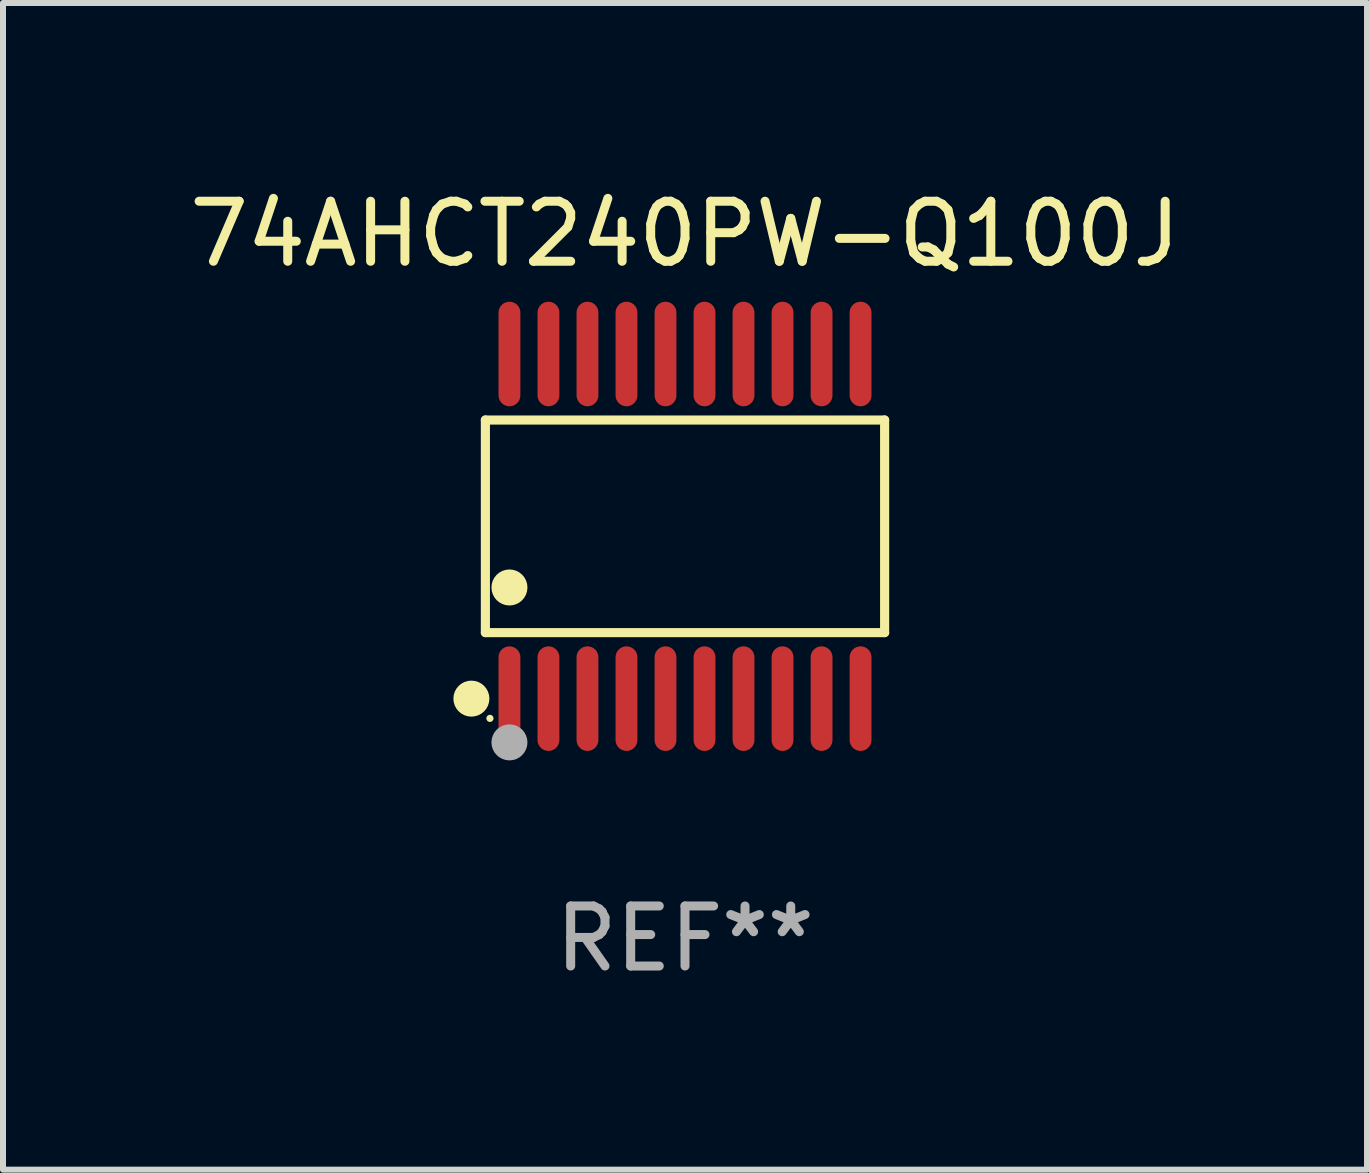
<source format=kicad_pcb>
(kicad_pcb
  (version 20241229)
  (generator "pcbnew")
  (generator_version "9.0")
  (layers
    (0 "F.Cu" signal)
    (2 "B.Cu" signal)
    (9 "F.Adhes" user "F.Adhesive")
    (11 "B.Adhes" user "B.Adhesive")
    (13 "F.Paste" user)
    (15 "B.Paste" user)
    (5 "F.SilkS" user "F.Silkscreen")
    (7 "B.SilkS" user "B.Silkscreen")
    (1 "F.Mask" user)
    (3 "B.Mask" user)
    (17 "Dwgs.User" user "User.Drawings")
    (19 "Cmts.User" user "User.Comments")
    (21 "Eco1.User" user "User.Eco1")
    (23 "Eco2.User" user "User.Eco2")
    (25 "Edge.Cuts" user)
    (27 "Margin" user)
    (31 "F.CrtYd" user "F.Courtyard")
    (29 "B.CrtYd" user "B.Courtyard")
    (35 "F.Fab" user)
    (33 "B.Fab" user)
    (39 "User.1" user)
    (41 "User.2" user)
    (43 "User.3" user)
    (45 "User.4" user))
  (footprint "74AHCT240PW-Q100J"
    (layer "F.Cu")
    (at 8.363 5.719)
    (property "Reference" "74AHCT240PW-Q100J" (at 0 -4.871 0) (layer "F.SilkS") (effects (font (size 1 1) (thickness 0.15))))
    (attr through_hole)
    (fp_line (start -3.326 -1.771) (end 3.326 -1.771) (stroke (width 0.152) (type solid)) (layer "F.SilkS"))
    (fp_line (start -3.326 1.771) (end -3.326 -1.771) (stroke (width 0.152) (type solid)) (layer "F.SilkS"))
    (fp_line (start 3.326 -1.771) (end 3.326 1.771) (stroke (width 0.152) (type solid)) (layer "F.SilkS"))
    (fp_line (start 3.326 1.771) (end -3.326 1.771) (stroke (width 0.152) (type solid)) (layer "F.SilkS"))
    (fp_circle (center -3.559 2.871) (end -3.409 2.871) (stroke (width 0.3) (type solid)) (fill no) (layer "F.SilkS"))
    (fp_circle (center -3.25 3.2) (end -3.22 3.2) (stroke (width 0.06) (type solid)) (fill no) (layer "F.SilkS"))
    (fp_circle (center -2.925 1.019) (end -2.775 1.019) (stroke (width 0.3) (type solid)) (fill no) (layer "F.SilkS"))
    (fp_circle (center -2.925 3.6) (end -2.775 3.6) (stroke (width 0.3) (type solid)) (fill no) (layer "F.Fab"))
    (fp_text user "REF**" (at 0 6.871 0) (layer "F.Fab") (effects (font (size 1 1) (thickness 0.15))))
    (pad "1" smd oval (at -2.925 2.871) (size 0.364 1.742) (layers "F.Cu" "F.Mask" "F.Paste"))
    (pad "2" smd oval (at -2.275 2.871) (size 0.364 1.742) (layers "F.Cu" "F.Mask" "F.Paste"))
    (pad "3" smd oval (at -1.625 2.871) (size 0.364 1.742) (layers "F.Cu" "F.Mask" "F.Paste"))
    (pad "4" smd oval (at -0.975 2.871) (size 0.364 1.742) (layers "F.Cu" "F.Mask" "F.Paste"))
    (pad "5" smd oval (at -0.325 2.871) (size 0.364 1.742) (layers "F.Cu" "F.Mask" "F.Paste"))
    (pad "6" smd oval (at 0.325 2.871) (size 0.364 1.742) (layers "F.Cu" "F.Mask" "F.Paste"))
    (pad "7" smd oval (at 0.975 2.871) (size 0.364 1.742) (layers "F.Cu" "F.Mask" "F.Paste"))
    (pad "8" smd oval (at 1.625 2.871) (size 0.364 1.742) (layers "F.Cu" "F.Mask" "F.Paste"))
    (pad "9" smd oval (at 2.275 2.871) (size 0.364 1.742) (layers "F.Cu" "F.Mask" "F.Paste"))
    (pad "10" smd oval (at 2.925 2.871) (size 0.364 1.742) (layers "F.Cu" "F.Mask" "F.Paste"))
    (pad "11" smd oval (at 2.925 -2.871) (size 0.364 1.742) (layers "F.Cu" "F.Mask" "F.Paste"))
    (pad "12" smd oval (at 2.275 -2.871) (size 0.364 1.742) (layers "F.Cu" "F.Mask" "F.Paste"))
    (pad "13" smd oval (at 1.625 -2.871) (size 0.364 1.742) (layers "F.Cu" "F.Mask" "F.Paste"))
    (pad "14" smd oval (at 0.975 -2.871) (size 0.364 1.742) (layers "F.Cu" "F.Mask" "F.Paste"))
    (pad "15" smd oval (at 0.325 -2.871) (size 0.364 1.742) (layers "F.Cu" "F.Mask" "F.Paste"))
    (pad "16" smd oval (at -0.325 -2.871) (size 0.364 1.742) (layers "F.Cu" "F.Mask" "F.Paste"))
    (pad "17" smd oval (at -0.975 -2.871) (size 0.364 1.742) (layers "F.Cu" "F.Mask" "F.Paste"))
    (pad "18" smd oval (at -1.625 -2.871) (size 0.364 1.742) (layers "F.Cu" "F.Mask" "F.Paste"))
    (pad "19" smd oval (at -2.275 -2.871) (size 0.364 1.742) (layers "F.Cu" "F.Mask" "F.Paste"))
    (pad "20" smd oval (at -2.925 -2.871) (size 0.364 1.742) (layers "F.Cu" "F.Mask" "F.Paste")))
  (gr_rect
    (start -3 -3)
    (end 19.726 16.438)
    (stroke (width 0.1) (type default))
    (fill no)
    (layer "Edge.Cuts")))
</source>
